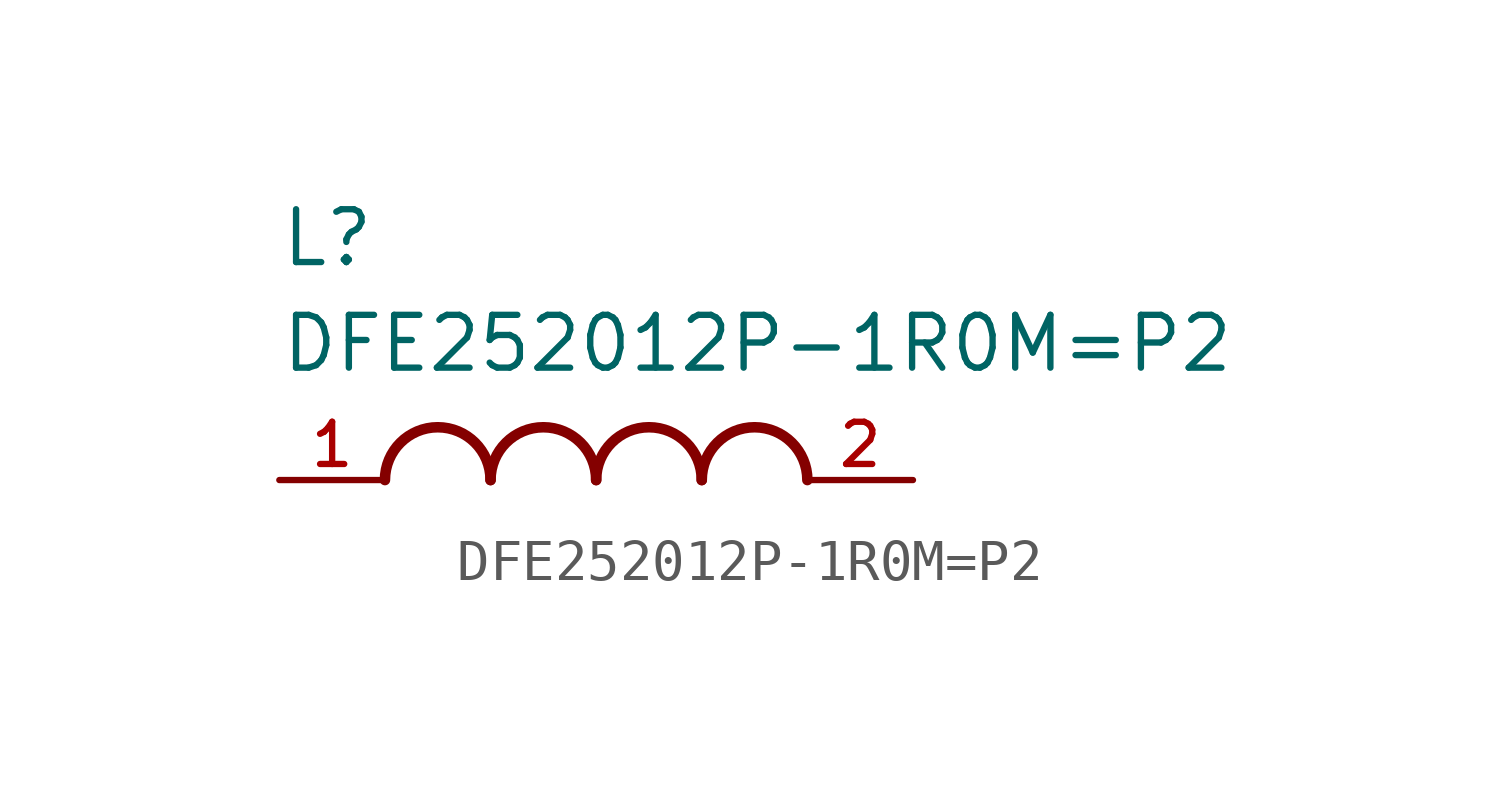
<source format=kicad_sym>
(kicad_symbol_lib
  (version 20211014)
  (generator kicad_symbol_editor)
  (symbol "DFE252012P-1R0M=P2"
    (pin_names
      (offset 1.016))
    (property "Reference" "L"
      (at -7.62 5.08 0)
      (effects (font (size 1.27 1.27)) (justify bottom left)))
    (property "Value" "DFE252012P-1R0M=P2"
      (at -7.62 2.54 0)
      (effects (font (size 1.27 1.27)) (justify bottom left)))
    (symbol "DFE252012P-1R0M=P2_0_0"
      (arc (start -2.54 0.0) (mid -3.81 1.27) (end -5.08 0.0) (stroke (width 0.254) (type default) (color 0 0 0 0)) (fill (type none)))
      (arc (start 0.0 0.0) (mid -1.27 1.27) (end -2.54 0.0) (stroke (width 0.254) (type default) (color 0 0 0 0)) (fill (type none)))
      (arc (start 2.54 0.0) (mid 1.27 1.27) (end 0.0 0.0) (stroke (width 0.254) (type default) (color 0 0 0 0)) (fill (type none)))
      (arc (start 5.08 0.0) (mid 3.81 1.27) (end 2.54 0.0) (stroke (width 0.254) (type default) (color 0 0 0 0)) (fill (type none)))
      (pin passive line (at -7.62 0.0 0) (length 2.54) (name "~" (effects (font (size 1.016 1.016)))) (number "1" (effects (font (size 1.016 1.016)))))
      (pin passive line (at 7.62 0.0 180.0) (length 2.54) (name "~" (effects (font (size 1.016 1.016)))) (number "2" (effects (font (size 1.016 1.016))))))))
</source>
